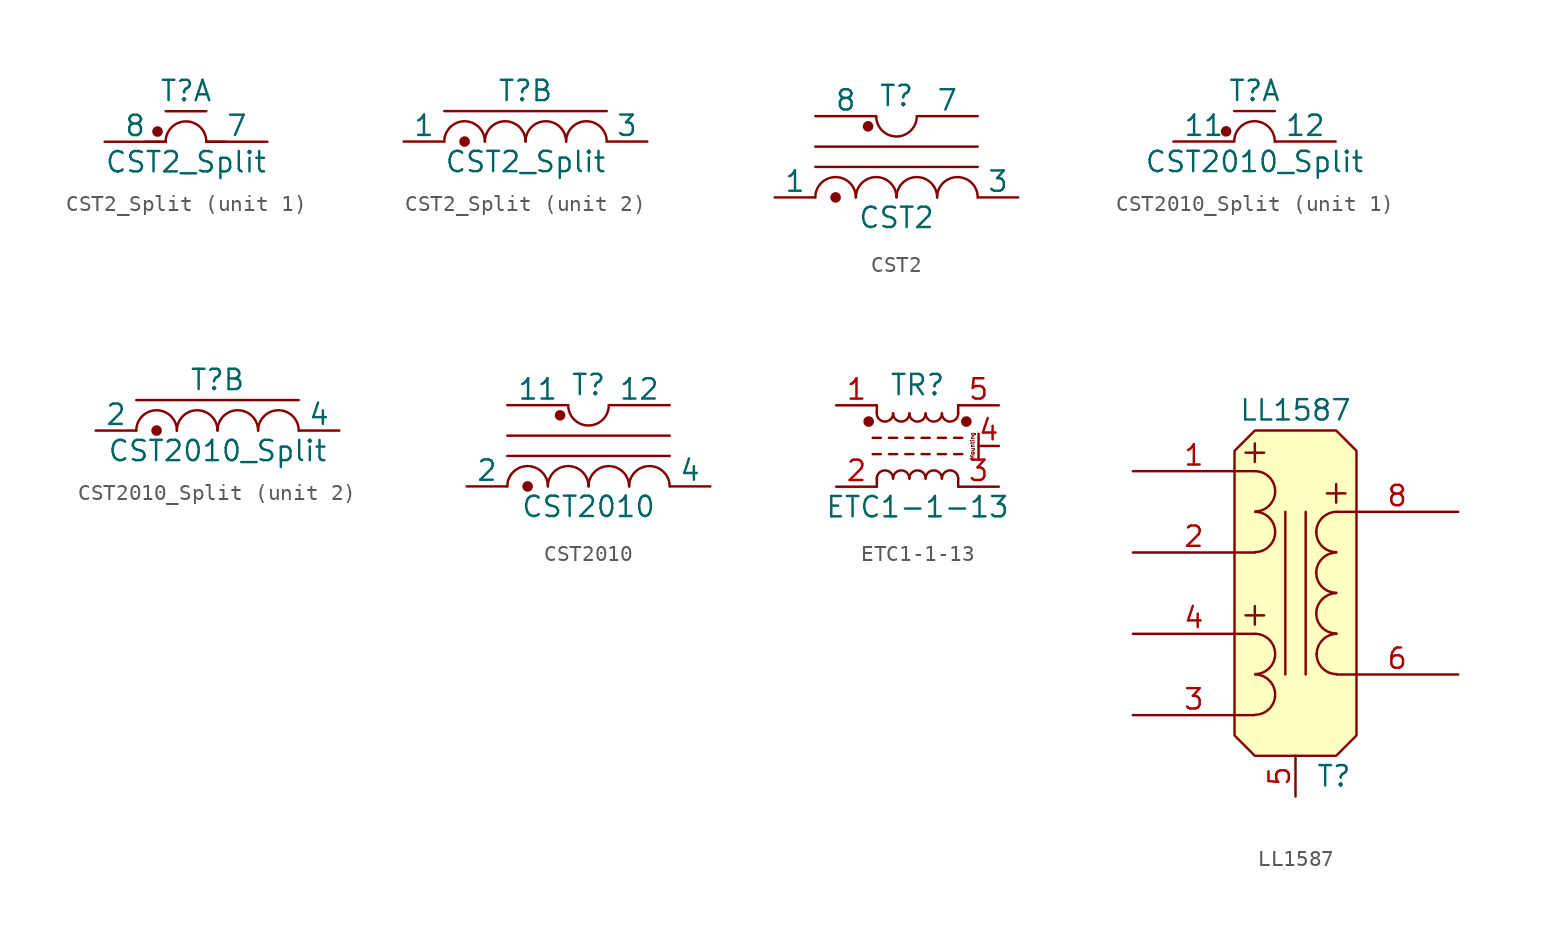
<source format=kicad_sym>
(kicad_symbol_lib
  (version 20200908)
  (generator kicad_symbol_editor)
  (symbol "Transformer:CST2_Split"
    (pin_numbers hide)
    (pin_names
      (offset 0))
    (property "Reference" "T"
      (at 0 3.175 0)
      (effects (font (size 1.27 1.27))))
    (property "Value" "CST2_Split"
      (at 0 -1.27 0)
      (effects (font (size 1.27 1.27))))
    (property "ki_locked" ""
      (at 0 0 0)
      (effects (font (size 1.27 1.27))))
    (symbol "CST2_Split_1_1"
      (arc (start 1.27 0) (end -1.27 0) (radius (at 0 0) (length 1.27) (angles 0.1 180)) (stroke (width 0)) (fill (type none)))
      (circle (center -1.778 0.635) (radius 0.254) (stroke (width 0)) (fill (type outline)))
      (polyline (pts (xy -2.54 0) (xy -1.27 0)) (stroke (width 0)) (fill (type none)))
      (polyline (pts (xy -1.27 1.905) (xy 1.27 1.905)) (stroke (width 0)) (fill (type none)))
      (polyline (pts (xy 1.27 0) (xy 2.54 0)) (stroke (width 0)) (fill (type none)))
      (pin unconnected line (at -2.54 0 0) (length 2.54) hide (name "5" (effects (font (size 1.27 1.27)))) (number "5" (effects (font (size 1.27 1.27)))))
      (pin unconnected line (at 2.54 0 180) (length 2.54) hide (name "6" (effects (font (size 1.27 1.27)))) (number "6" (effects (font (size 1.27 1.27)))))
      (pin passive line (at 5.08 0 180) (length 3.81) (name "7" (effects (font (size 1.27 1.27)))) (number "7" (effects (font (size 1.27 1.27)))))
      (pin passive line (at -5.08 0 0) (length 3.81) (name "8" (effects (font (size 1.27 1.27)))) (number "8" (effects (font (size 1.27 1.27))))))
    (symbol "CST2_Split_2_1"
      (arc (start -2.54 0) (end -5.08 0) (radius (at -3.81 0) (length 1.27) (angles 0.1 180)) (stroke (width 0)) (fill (type none)))
      (arc (start 0 0) (end -2.54 0) (radius (at -1.27 0) (length 1.27) (angles 0.1 180)) (stroke (width 0)) (fill (type none)))
      (arc (start 2.54 0) (end 0 0) (radius (at 1.27 0) (length 1.27) (angles 0.1 180)) (stroke (width 0)) (fill (type none)))
      (arc (start 5.08 0) (end 2.54 0) (radius (at 3.81 0) (length 1.27) (angles 0.1 180)) (stroke (width 0)) (fill (type none)))
      (circle (center -3.81 0) (radius 0.254) (stroke (width 0)) (fill (type outline)))
      (polyline (pts (xy -5.08 1.905) (xy 5.08 1.905)) (stroke (width 0)) (fill (type none)))
      (pin passive line (at -7.62 0 0) (length 2.54) (name "1" (effects (font (size 1.27 1.27)))) (number "1" (effects (font (size 1.27 1.27)))))
      (pin unconnected line (at -2.54 0 0) (length 2.54) hide (name "2" (effects (font (size 1.27 1.27)))) (number "2" (effects (font (size 1.27 1.27)))))
      (pin passive line (at 7.62 0 180) (length 2.54) (name "3" (effects (font (size 1.27 1.27)))) (number "3" (effects (font (size 1.27 1.27)))))
      (pin unconnected line (at 2.54 0 180) (length 2.54) hide (name "4" (effects (font (size 1.27 1.27)))) (number "4" (effects (font (size 1.27 1.27)))))))
  (symbol "Transformer:CST2"
    (pin_numbers hide)
    (pin_names
      (offset 0))
    (property "Reference" "T"
      (at 0 6.35 0)
      (effects (font (size 1.27 1.27))))
    (property "Value" "CST2"
      (at 0 -1.27 0)
      (effects (font (size 1.27 1.27))))
    (property "ki_locked" ""
      (at 0 0 0)
      (effects (font (size 1.27 1.27))))
    (symbol "CST2_0_1"
      (arc (start -2.54 0) (end -5.08 0) (radius (at -3.81 0) (length 1.27) (angles 0.1 180)) (stroke (width 0)) (fill (type none)))
      (arc (start 0 0) (end -2.54 0) (radius (at -1.27 0) (length 1.27) (angles 0.1 180)) (stroke (width 0)) (fill (type none)))
      (arc (start -1.27 5.08) (end 1.27 5.08) (radius (at 0 5.08) (length 1.27) (angles 180 -0.1)) (stroke (width 0)) (fill (type none)))
      (arc (start 2.54 0) (end 0 0) (radius (at 1.27 0) (length 1.27) (angles 0.1 180)) (stroke (width 0)) (fill (type none)))
      (arc (start 5.08 0) (end 2.54 0) (radius (at 3.81 0) (length 1.27) (angles 0.1 180)) (stroke (width 0)) (fill (type none)))
      (circle (center -3.81 0) (radius 0.254) (stroke (width 0)) (fill (type outline)))
      (circle (center -1.778 4.445) (radius 0.254) (stroke (width 0)) (fill (type outline)))
      (polyline (pts (xy -5.08 1.905) (xy 5.08 1.905)) (stroke (width 0)) (fill (type none)))
      (polyline (pts (xy -5.08 3.175) (xy 5.08 3.175)) (stroke (width 0)) (fill (type none)))
      (pin passive line (at -7.62 0 0) (length 2.54) (name "1" (effects (font (size 1.27 1.27)))) (number "1" (effects (font (size 1.27 1.27)))))
      (pin passive line (at 7.62 0 180) (length 2.54) (name "3" (effects (font (size 1.27 1.27)))) (number "3" (effects (font (size 1.27 1.27)))))
      (pin passive line (at 5.08 5.08 180) (length 3.81) (name "7" (effects (font (size 1.27 1.27)))) (number "7" (effects (font (size 1.27 1.27)))))
      (pin passive line (at -5.08 5.08 0) (length 3.81) (name "8" (effects (font (size 1.27 1.27)))) (number "8" (effects (font (size 1.27 1.27))))))
    (symbol "CST2_1_1"
      (pin unconnected line (at -2.54 0 0) (length 2.54) hide (name "2" (effects (font (size 1.27 1.27)))) (number "2" (effects (font (size 1.27 1.27)))))
      (pin unconnected line (at 2.54 0 180) (length 2.54) hide (name "4" (effects (font (size 1.27 1.27)))) (number "4" (effects (font (size 1.27 1.27)))))
      (pin unconnected line (at -2.54 5.08 0) (length 2.54) hide (name "5" (effects (font (size 1.27 1.27)))) (number "5" (effects (font (size 1.27 1.27)))))
      (pin unconnected line (at 2.54 5.08 180) (length 2.54) hide (name "6" (effects (font (size 1.27 1.27)))) (number "6" (effects (font (size 1.27 1.27)))))))
  (symbol "Transformer:CST2010_Split"
    (pin_numbers hide)
    (pin_names
      (offset 0))
    (property "Reference" "T"
      (at 0 3.175 0)
      (effects (font (size 1.27 1.27))))
    (property "Value" "CST2010_Split"
      (at 0 -1.27 0)
      (effects (font (size 1.27 1.27))))
    (property "ki_locked" ""
      (at 0 0 0)
      (effects (font (size 1.27 1.27))))
    (symbol "CST2010_Split_1_1"
      (arc (start 1.27 0) (end -1.27 0) (radius (at 0 0) (length 1.27) (angles 0.1 180)) (stroke (width 0)) (fill (type none)))
      (circle (center -1.778 0.635) (radius 0.254) (stroke (width 0)) (fill (type outline)))
      (polyline (pts (xy -1.27 1.905) (xy 1.27 1.905)) (stroke (width 0)) (fill (type none)))
      (pin unconnected line (at -2.54 0 0) (length 2.54) hide (name "10" (effects (font (size 1.27 1.27)))) (number "10" (effects (font (size 1.27 1.27)))))
      (pin passive line (at -5.08 0 0) (length 3.81) (name "11" (effects (font (size 1.27 1.27)))) (number "11" (effects (font (size 1.27 1.27)))))
      (pin passive line (at 5.08 0 180) (length 3.81) (name "12" (effects (font (size 1.27 1.27)))) (number "12" (effects (font (size 1.27 1.27))))))
    (symbol "CST2010_Split_2_1"
      (arc (start -2.54 0) (end -5.08 0) (radius (at -3.81 0) (length 1.27) (angles 0.1 180)) (stroke (width 0)) (fill (type none)))
      (arc (start 0 0) (end -2.54 0) (radius (at -1.27 0) (length 1.27) (angles 0.1 180)) (stroke (width 0)) (fill (type none)))
      (arc (start 2.54 0) (end 0 0) (radius (at 1.27 0) (length 1.27) (angles 0.1 180)) (stroke (width 0)) (fill (type none)))
      (arc (start 5.08 0) (end 2.54 0) (radius (at 3.81 0) (length 1.27) (angles 0.1 180)) (stroke (width 0)) (fill (type none)))
      (circle (center -3.81 0) (radius 0.254) (stroke (width 0)) (fill (type outline)))
      (polyline (pts (xy -5.08 1.905) (xy 5.08 1.905)) (stroke (width 0)) (fill (type none)))
      (pin unconnected line (at -5.08 0 0) (length 2.54) hide (name "1" (effects (font (size 1.27 1.27)))) (number "1" (effects (font (size 1.27 1.27)))))
      (pin passive line (at -7.62 0 0) (length 2.54) (name "2" (effects (font (size 1.27 1.27)))) (number "2" (effects (font (size 1.27 1.27)))))
      (pin unconnected line (at -2.54 0 0) (length 2.54) hide (name "3" (effects (font (size 1.27 1.27)))) (number "3" (effects (font (size 1.27 1.27)))))
      (pin passive line (at 7.62 0 180) (length 2.54) (name "4" (effects (font (size 1.27 1.27)))) (number "4" (effects (font (size 1.27 1.27)))))
      (pin unconnected line (at 0 0 0) (length 2.54) hide (name "5" (effects (font (size 1.27 1.27)))) (number "5" (effects (font (size 1.27 1.27)))))
      (pin unconnected line (at 2.54 0 0) (length 2.54) hide (name "6" (effects (font (size 1.27 1.27)))) (number "6" (effects (font (size 1.27 1.27)))))
      (pin unconnected line (at -2.54 2.54 0) (length 2.54) hide (name "7" (effects (font (size 1.27 1.27)))) (number "7" (effects (font (size 1.27 1.27)))))
      (pin unconnected line (at 0 2.54 0) (length 2.54) hide (name "8" (effects (font (size 1.27 1.27)))) (number "8" (effects (font (size 1.27 1.27)))))
      (pin unconnected line (at 2.54 2.54 0) (length 2.54) hide (name "9" (effects (font (size 1.27 1.27)))) (number "9" (effects (font (size 1.27 1.27)))))))
  (symbol "Transformer:CST2010"
    (pin_numbers hide)
    (pin_names
      (offset 0))
    (property "Reference" "T"
      (at 0 6.35 0)
      (effects (font (size 1.27 1.27))))
    (property "Value" "CST2010"
      (at 0 -1.27 0)
      (effects (font (size 1.27 1.27))))
    (property "ki_locked" ""
      (at 0 0 0)
      (effects (font (size 1.27 1.27))))
    (symbol "CST2010_0_1"
      (arc (start -2.54 0) (end -5.08 0) (radius (at -3.81 0) (length 1.27) (angles 0.1 180)) (stroke (width 0)) (fill (type none)))
      (arc (start 0 0) (end -2.54 0) (radius (at -1.27 0) (length 1.27) (angles 0.1 180)) (stroke (width 0)) (fill (type none)))
      (arc (start -1.27 5.08) (end 1.27 5.08) (radius (at 0 5.08) (length 1.27) (angles 180 -0.1)) (stroke (width 0)) (fill (type none)))
      (arc (start 2.54 0) (end 0 0) (radius (at 1.27 0) (length 1.27) (angles 0.1 180)) (stroke (width 0)) (fill (type none)))
      (arc (start 5.08 0) (end 2.54 0) (radius (at 3.81 0) (length 1.27) (angles 0.1 180)) (stroke (width 0)) (fill (type none)))
      (circle (center -3.81 0) (radius 0.254) (stroke (width 0)) (fill (type outline)))
      (circle (center -1.778 4.445) (radius 0.254) (stroke (width 0)) (fill (type outline)))
      (polyline (pts (xy -5.08 1.905) (xy 5.08 1.905)) (stroke (width 0)) (fill (type none)))
      (polyline (pts (xy -5.08 3.175) (xy 5.08 3.175)) (stroke (width 0)) (fill (type none)))
      (pin passive line (at -5.08 5.08 0) (length 3.81) (name "11" (effects (font (size 1.27 1.27)))) (number "11" (effects (font (size 1.27 1.27)))))
      (pin passive line (at 5.08 5.08 180) (length 3.81) (name "12" (effects (font (size 1.27 1.27)))) (number "12" (effects (font (size 1.27 1.27)))))
      (pin passive line (at -7.62 0 0) (length 2.54) (name "2" (effects (font (size 1.27 1.27)))) (number "2" (effects (font (size 1.27 1.27)))))
      (pin passive line (at 7.62 0 180) (length 2.54) (name "4" (effects (font (size 1.27 1.27)))) (number "4" (effects (font (size 1.27 1.27))))))
    (symbol "CST2010_1_1"
      (pin unconnected line (at -5.08 0 0) (length 2.54) hide (name "1" (effects (font (size 1.27 1.27)))) (number "1" (effects (font (size 1.27 1.27)))))
      (pin unconnected line (at 2.54 2.54 0) (length 2.54) hide (name "10" (effects (font (size 1.27 1.27)))) (number "10" (effects (font (size 1.27 1.27)))))
      (pin unconnected line (at -2.54 0 0) (length 2.54) hide (name "3" (effects (font (size 1.27 1.27)))) (number "3" (effects (font (size 1.27 1.27)))))
      (pin unconnected line (at 0 0 0) (length 2.54) hide (name "5" (effects (font (size 1.27 1.27)))) (number "5" (effects (font (size 1.27 1.27)))))
      (pin unconnected line (at 2.54 0 0) (length 2.54) hide (name "6" (effects (font (size 1.27 1.27)))) (number "6" (effects (font (size 1.27 1.27)))))
      (pin unconnected line (at -5.08 2.54 0) (length 2.54) hide (name "7" (effects (font (size 1.27 1.27)))) (number "7" (effects (font (size 1.27 1.27)))))
      (pin unconnected line (at -2.54 2.54 0) (length 2.54) hide (name "8" (effects (font (size 1.27 1.27)))) (number "8" (effects (font (size 1.27 1.27)))))
      (pin unconnected line (at 0 2.54 0) (length 2.54) hide (name "9" (effects (font (size 1.27 1.27)))) (number "9" (effects (font (size 1.27 1.27)))))))
  (symbol "Transformer:ETC1-1-13"
    (pin_names hide)
    (property "Reference" "TR"
      (at 0 3.81 0)
      (effects (font (size 1.27 1.27))))
    (property "Value" "ETC1-1-13"
      (at 0 -3.81 0)
      (effects (font (size 1.27 1.27))))
    (symbol "ETC1-1-13_1_1"
      (arc (start -1.524 -2.032) (end -2.54 -2.032) (radius (at -2.032 -2.032) (length 0.508) (angles 0.1 179.9)) (stroke (width 0)) (fill (type none)))
      (arc (start -2.54 2.032) (end -1.524 2.032) (radius (at -2.032 2.032) (length 0.508) (angles -179.9 -0.1)) (stroke (width 0)) (fill (type none)))
      (arc (start -0.508 -2.032) (end -1.524 -2.032) (radius (at -1.016 -2.032) (length 0.508) (angles 0.1 179.9)) (stroke (width 0)) (fill (type none)))
      (arc (start -1.524 2.032) (end -0.508 2.032) (radius (at -1.016 2.032) (length 0.508) (angles -179.9 -0.1)) (stroke (width 0)) (fill (type none)))
      (arc (start 0.508 -2.032) (end -0.508 -2.032) (radius (at 0 -2.032) (length 0.508) (angles 0.1 179.9)) (stroke (width 0)) (fill (type none)))
      (arc (start -0.508 2.032) (end 0.508 2.032) (radius (at 0 2.032) (length 0.508) (angles -179.9 -0.1)) (stroke (width 0)) (fill (type none)))
      (arc (start 1.524 -2.032) (end 0.508 -2.032) (radius (at 1.016 -2.032) (length 0.508) (angles 0.1 179.9)) (stroke (width 0)) (fill (type none)))
      (arc (start 0.508 2.032) (end 1.524 2.032) (radius (at 1.016 2.032) (length 0.508) (angles -179.9 -0.1)) (stroke (width 0)) (fill (type none)))
      (arc (start 2.54 -2.032) (end 1.524 -2.032) (radius (at 2.032 -2.032) (length 0.508) (angles 0.1 179.9)) (stroke (width 0)) (fill (type none)))
      (arc (start 1.524 2.032) (end 2.54 2.032) (radius (at 2.032 2.032) (length 0.508) (angles -179.9 -0.1)) (stroke (width 0)) (fill (type none)))
      (circle (center -3.048 1.524) (radius 0.254) (stroke (width 0)) (fill (type outline)))
      (circle (center 3.048 1.524) (radius 0.254) (stroke (width 0)) (fill (type outline)))
      (polyline (pts (xy -2.794 -0.508) (xy -2.286 -0.508)) (stroke (width 0)) (fill (type none)))
      (polyline (pts (xy -2.794 0.508) (xy -2.286 0.508)) (stroke (width 0)) (fill (type none)))
      (polyline (pts (xy -2.54 -2.032) (xy -2.54 -2.54)) (stroke (width 0)) (fill (type none)))
      (polyline (pts (xy -2.54 2.032) (xy -2.54 2.54)) (stroke (width 0)) (fill (type none)))
      (polyline (pts (xy -1.778 -0.508) (xy -1.27 -0.508)) (stroke (width 0)) (fill (type none)))
      (polyline (pts (xy -1.778 0.508) (xy -1.27 0.508)) (stroke (width 0)) (fill (type none)))
      (polyline (pts (xy -0.762 -0.508) (xy -0.254 -0.508)) (stroke (width 0)) (fill (type none)))
      (polyline (pts (xy -0.762 0.508) (xy -0.254 0.508)) (stroke (width 0)) (fill (type none)))
      (polyline (pts (xy 0.254 -0.508) (xy 0.762 -0.508)) (stroke (width 0)) (fill (type none)))
      (polyline (pts (xy 0.254 0.508) (xy 0.762 0.508)) (stroke (width 0)) (fill (type none)))
      (polyline (pts (xy 1.27 -0.508) (xy 1.778 -0.508)) (stroke (width 0)) (fill (type none)))
      (polyline (pts (xy 1.27 0.508) (xy 1.778 0.508)) (stroke (width 0)) (fill (type none)))
      (polyline (pts (xy 2.286 -0.508) (xy 2.794 -0.508)) (stroke (width 0)) (fill (type none)))
      (polyline (pts (xy 2.286 0.508) (xy 2.794 0.508)) (stroke (width 0)) (fill (type none)))
      (polyline (pts (xy 2.54 -2.032) (xy 2.54 -2.54)) (stroke (width 0)) (fill (type none)))
      (polyline (pts (xy 2.54 2.54) (xy 2.54 2.032)) (stroke (width 0)) (fill (type none)))
      (pin passive line (at -5.08 2.54 0) (length 2.54) (name "~" (effects (font (size 1.27 1.27)))) (number "1" (effects (font (size 1.27 1.27)))))
      (pin passive line (at -5.08 -2.54 0) (length 2.54) (name "~" (effects (font (size 1.27 1.27)))) (number "2" (effects (font (size 1.27 1.27)))))
      (pin passive line (at 5.08 -2.54 180) (length 2.54) (name "~" (effects (font (size 1.27 1.27)))) (number "3" (effects (font (size 1.27 1.27)))))
      (pin passive line (at 5.08 0 180) (length 1.27) (name "MP" (effects (font (size 1.27 1.27)))) (number "4" (effects (font (size 1.27 1.27)))))
      (pin passive line (at 5.08 2.54 180) (length 2.54) (name "~" (effects (font (size 1.27 1.27)))) (number "5" (effects (font (size 1.27 1.27))))))
    (symbol "ETC1-1-13_0_0"
      (text "Mounting" (at 3.429 0 900) (effects (font (size 0.254 0.254) bold)))
      (polyline (pts (xy 3.81 0.762) (xy 3.81 -0.762)) (stroke (width 0)) (fill (type none)))))
  (symbol "Transformer:LL1587"
    (pin_names hide)
    (property "Reference" "T"
      (at 1.27 -11.43 0)
      (effects (font (size 1.27 1.27)) (justify left)))
    (property "Value" "LL1587"
      (at 0 11.43 0)
      (effects (font (size 1.27 1.27))))
    (symbol "LL1587_0_1"
      (arc (start -2.5146 -5.08) (end -2.5146 -7.5946) (radius (at -2.54 -6.35) (length 1.27) (angles 88.7 -88.7)) (stroke (width 0)) (fill (type none)))
      (arc (start -2.5146 -2.54) (end -2.5146 -5.0546) (radius (at -2.54 -3.81) (length 1.27) (angles 88.7 -88.7)) (stroke (width 0)) (fill (type none)))
      (arc (start -2.5146 5.08) (end -2.5146 2.5654) (radius (at -2.54 3.81) (length 1.27) (angles 88.7 -88.7)) (stroke (width 0)) (fill (type none)))
      (arc (start -2.5146 7.62) (end -2.5146 5.1054) (radius (at -2.54 6.35) (length 1.27) (angles 88.7 -88.7)) (stroke (width 0)) (fill (type none)))
      (arc (start 2.54 0) (end 1.2954 -1.27) (radius (at 2.54 -1.27) (length 1.27) (angles 89.9 -179.9)) (stroke (width 0)) (fill (type none)))
      (arc (start 1.2954 -1.27) (end 2.54 -2.5146) (radius (at 2.54 -1.27) (length 1.27) (angles 179.9 -89.9)) (stroke (width 0)) (fill (type none)))
      (arc (start 2.54 2.54) (end 1.2954 1.27) (radius (at 2.54 1.27) (length 1.27) (angles 89.9 -179.9)) (stroke (width 0)) (fill (type none)))
      (arc (start 1.2954 1.27) (end 2.54 0.0254) (radius (at 2.54 1.27) (length 1.27) (angles 179.9 -89.9)) (stroke (width 0)) (fill (type none)))
      (arc (start 2.54 5.08) (end 1.2954 3.81) (radius (at 2.54 3.81) (length 1.27) (angles 89.9 -179.9)) (stroke (width 0)) (fill (type none)))
      (arc (start 1.2954 3.81) (end 2.54 2.5654) (radius (at 2.54 3.81) (length 1.27) (angles 179.9 -89.9)) (stroke (width 0)) (fill (type none)))
      (arc (start 2.5654 -2.54) (end 1.3208 -3.81) (radius (at 2.5654 -3.81) (length 1.27) (angles 91 -179.9)) (stroke (width 0)) (fill (type none)))
      (arc (start 2.5654 -5.0546) (end 1.3208 -3.81) (radius (at 2.5654 -3.81) (length 1.27) (angles -91.2 -179.9)) (stroke (width 0)) (fill (type none)))
      (polyline (pts (xy -0.635 5.08) (xy -0.635 -5.08)) (stroke (width 0)) (fill (type none)))
      (polyline (pts (xy 0.635 -5.08) (xy 0.635 5.08)) (stroke (width 0)) (fill (type none)))
      (polyline (pts (xy -3.81 8.89) (xy -3.81 -8.89) (xy -2.54 -10.16) (xy 2.54 -10.16) (xy 3.81 -8.89) (xy 3.81 8.89) (xy 2.54 10.16) (xy -2.54 10.16) (xy -3.81 8.89) (xy -3.81 8.89)) (stroke (width 0)) (fill (type background))))
    (symbol "LL1587_0_0"
      (text "+" (at -2.54 -1.27 0) (effects (font (size 1.524 1.524))))
      (text "+" (at -2.54 8.89 0) (effects (font (size 1.524 1.524))))
      (text "+" (at 2.54 6.35 0) (effects (font (size 1.524 1.524)))))
    (symbol "LL1587_1_1"
      (pin passive line (at -10.16 7.62 0) (length 7.62) (name "P1+" (effects (font (size 1.27 1.27)))) (number "1" (effects (font (size 1.27 1.27)))))
      (pin passive line (at -10.16 2.54 0) (length 7.62) (name "P1-" (effects (font (size 1.27 1.27)))) (number "2" (effects (font (size 1.27 1.27)))))
      (pin passive line (at -10.16 -7.62 0) (length 7.62) (name "P2-" (effects (font (size 1.27 1.27)))) (number "3" (effects (font (size 1.27 1.27)))))
      (pin passive line (at -10.16 -2.54 0) (length 7.62) (name "P2+" (effects (font (size 1.27 1.27)))) (number "4" (effects (font (size 1.27 1.27)))))
      (pin input line (at 0 -12.7 90) (length 2.54) (name "~" (effects (font (size 1.27 1.27)))) (number "5" (effects (font (size 1.27 1.27)))))
      (pin passive line (at 10.16 -5.08 180) (length 7.62) (name "S-" (effects (font (size 1.27 1.27)))) (number "6" (effects (font (size 1.27 1.27)))))
      (pin passive line (at 10.16 5.08 180) (length 7.62) (name "S+" (effects (font (size 1.27 1.27)))) (number "8" (effects (font (size 1.27 1.27))))))))
</source>
